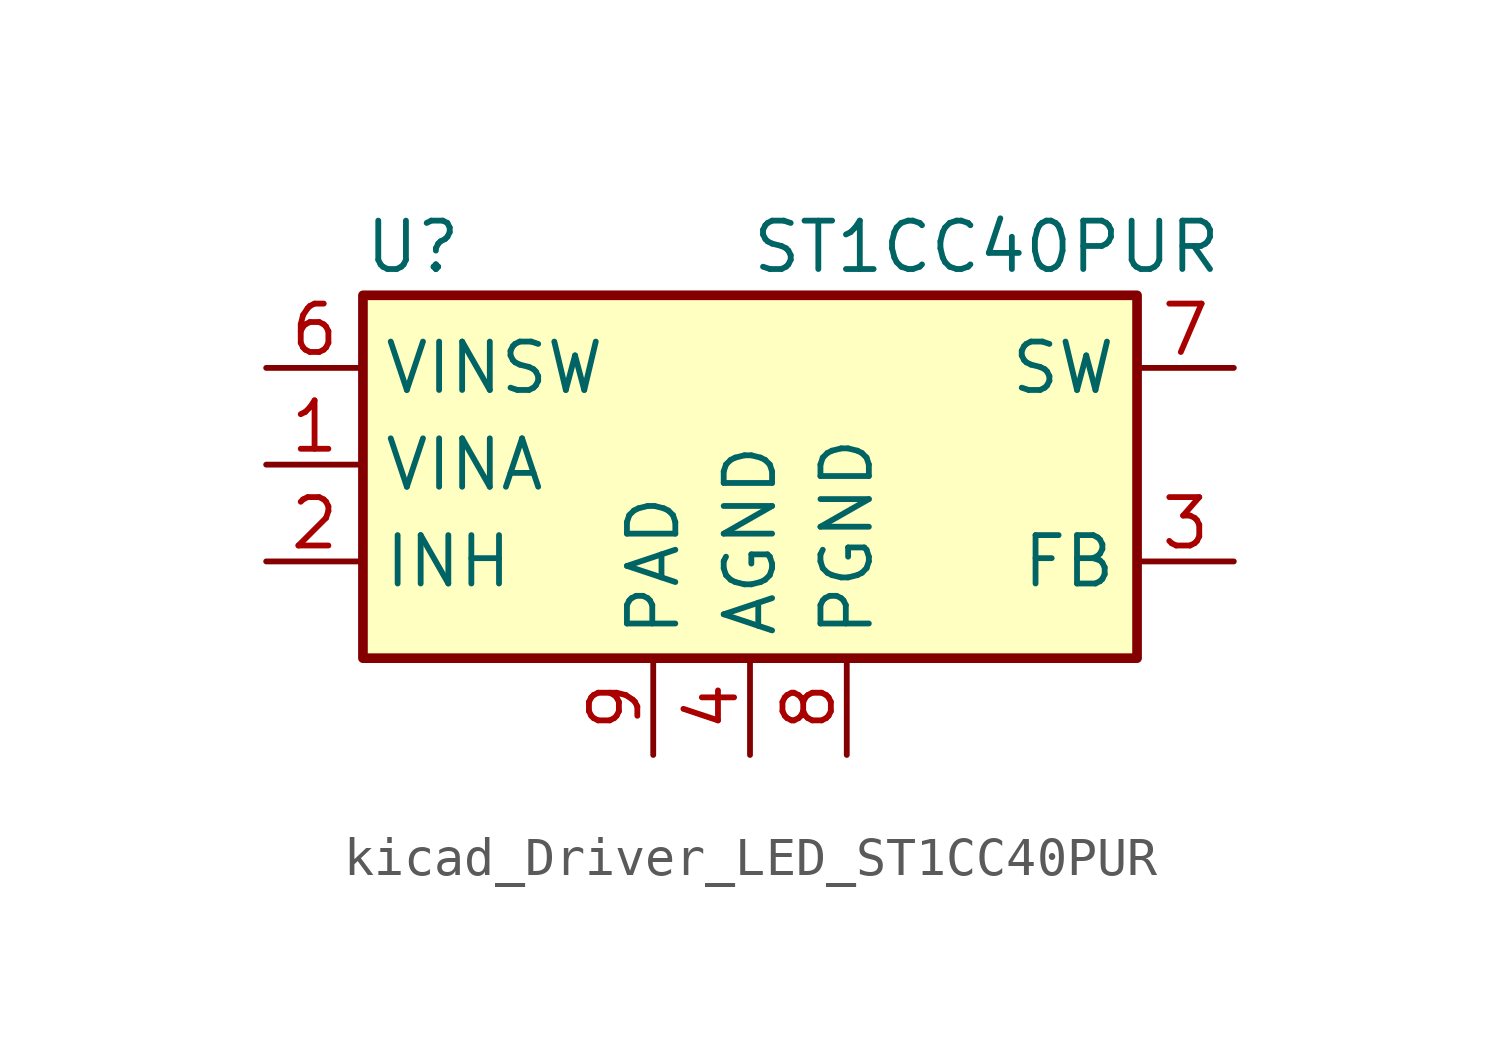
<source format=kicad_sym>
(kicad_symbol_lib
  (version 20220914)
  (generator kicad_symbol_editor)
  (symbol "kicad_Driver_LED_ST1CC40PUR"
    (property "Reference" "U"
      (at -10.16 5.715 0)
      (effects (font (size 1.27 1.27)) (justify left)))
    (property "Value" "ST1CC40PUR"
      (at 0 5.715 0)
      (effects (font (size 1.27 1.27)) (justify left)))
    (symbol "kicad_Driver_LED_ST1CC40PUR_0_1"
      (rectangle (start 10.16 4.445) (end -10.16 -5.08) (stroke (width 0.254) (type default)) (fill (type background))))
    (symbol "kicad_Driver_LED_ST1CC40PUR_1_1"
      (pin power_in line (at -12.7 0 0) (length 2.54) (name "VINA" (effects (font (size 1.27 1.27)))) (number "1" (effects (font (size 1.27 1.27)))))
      (pin input line (at -12.7 -2.54 0) (length 2.54) (name "INH" (effects (font (size 1.27 1.27)))) (number "2" (effects (font (size 1.27 1.27)))))
      (pin input line (at 12.7 -2.54 180) (length 2.54) (name "FB" (effects (font (size 1.27 1.27)))) (number "3" (effects (font (size 1.27 1.27)))))
      (pin power_in line (at 0 -7.62 90) (length 2.54) (name "AGND" (effects (font (size 1.27 1.27)))) (number "4" (effects (font (size 1.27 1.27)))))
      (pin no_connect line (at -5.08 -5.08 90) (length 2.54) hide (name "NC" (effects (font (size 1.27 1.27)))) (number "5" (effects (font (size 1.27 1.27)))))
      (pin power_in line (at -12.7 2.54 0) (length 2.54) (name "VINSW" (effects (font (size 1.27 1.27)))) (number "6" (effects (font (size 1.27 1.27)))))
      (pin output line (at 12.7 2.54 180) (length 2.54) (name "SW" (effects (font (size 1.27 1.27)))) (number "7" (effects (font (size 1.27 1.27)))))
      (pin power_out line (at 2.54 -7.62 90) (length 2.54) (name "PGND" (effects (font (size 1.27 1.27)))) (number "8" (effects (font (size 1.27 1.27)))))
      (pin passive line (at -2.54 -7.62 90) (length 2.54) (name "PAD" (effects (font (size 1.27 1.27)))) (number "9" (effects (font (size 1.27 1.27))))))))
</source>
